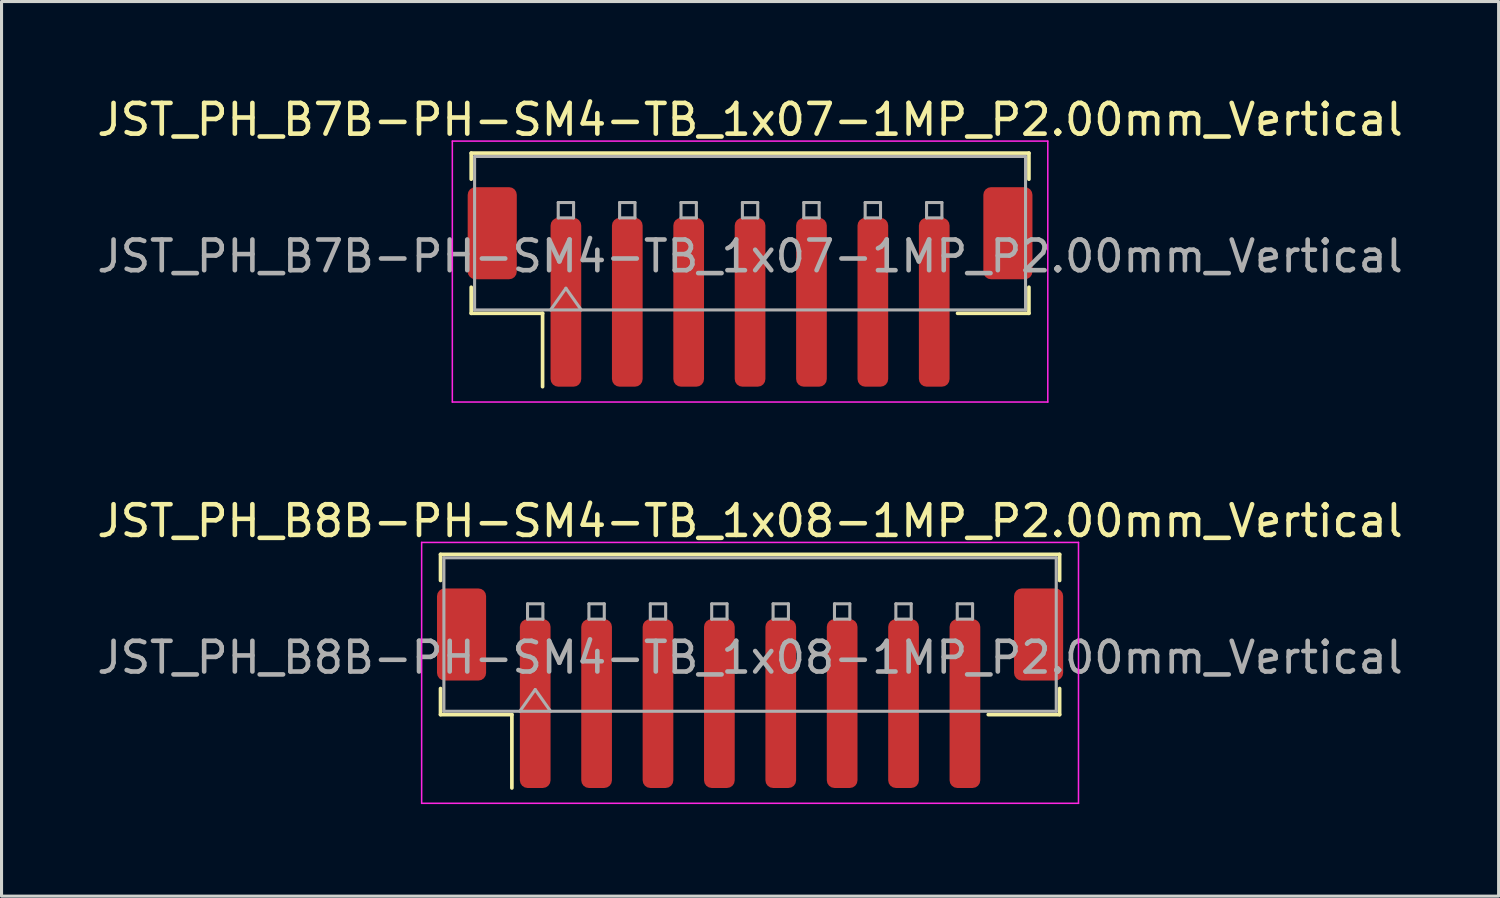
<source format=kicad_pcb>
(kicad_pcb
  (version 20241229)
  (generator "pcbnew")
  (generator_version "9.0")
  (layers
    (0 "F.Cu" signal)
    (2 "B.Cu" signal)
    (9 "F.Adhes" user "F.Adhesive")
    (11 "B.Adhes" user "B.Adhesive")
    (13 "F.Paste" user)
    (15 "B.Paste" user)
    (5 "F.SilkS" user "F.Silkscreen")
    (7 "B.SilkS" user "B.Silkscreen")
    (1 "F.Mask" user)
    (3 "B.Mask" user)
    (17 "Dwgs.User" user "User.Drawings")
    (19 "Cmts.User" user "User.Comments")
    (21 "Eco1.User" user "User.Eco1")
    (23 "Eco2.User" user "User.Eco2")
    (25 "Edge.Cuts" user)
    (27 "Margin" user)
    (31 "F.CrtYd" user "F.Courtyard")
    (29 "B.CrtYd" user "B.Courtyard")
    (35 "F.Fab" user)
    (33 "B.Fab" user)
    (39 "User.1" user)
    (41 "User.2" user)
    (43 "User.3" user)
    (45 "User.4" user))
  (footprint "JST_PH_B8B-PH-SM4-TB_1x08-1MP_P2.00mm_Vertical"
    (layer "F.Cu")
    (at 21.387 19.372)
    (property "Reference" "JST_PH_B8B-PH-SM4-TB_1x08-1MP_P2.00mm_Vertical" (at 0 -5.45 0) (layer "F.SilkS") (effects (font (size 1 1) (thickness 0.15))))
    (attr smd)
    (fp_line (start -10.085 -4.36) (end 10.085 -4.36) (stroke (width 0.12) (type solid)) (layer "F.SilkS"))
    (fp_line (start -10.085 -3.51) (end -10.085 -4.36) (stroke (width 0.12) (type solid)) (layer "F.SilkS"))
    (fp_line (start -10.085 0.01) (end -10.085 0.86) (stroke (width 0.12) (type solid)) (layer "F.SilkS"))
    (fp_line (start -10.085 0.86) (end -7.76 0.86) (stroke (width 0.12) (type solid)) (layer "F.SilkS"))
    (fp_line (start -7.76 0.86) (end -7.76 3.25) (stroke (width 0.12) (type solid)) (layer "F.SilkS"))
    (fp_line (start 10.085 -4.36) (end 10.085 -3.51) (stroke (width 0.12) (type solid)) (layer "F.SilkS"))
    (fp_line (start 10.085 0.01) (end 10.085 0.86) (stroke (width 0.12) (type solid)) (layer "F.SilkS"))
    (fp_line (start 10.085 0.86) (end 7.76 0.86) (stroke (width 0.12) (type solid)) (layer "F.SilkS"))
    (fp_line (start -10.7 -4.75) (end -10.7 3.75) (stroke (width 0.05) (type solid)) (layer "F.CrtYd"))
    (fp_line (start -10.7 3.75) (end 10.7 3.75) (stroke (width 0.05) (type solid)) (layer "F.CrtYd"))
    (fp_line (start 10.7 -4.75) (end -10.7 -4.75) (stroke (width 0.05) (type solid)) (layer "F.CrtYd"))
    (fp_line (start 10.7 3.75) (end 10.7 -4.75) (stroke (width 0.05) (type solid)) (layer "F.CrtYd"))
    (fp_line (start -9.975 -4.25) (end 9.975 -4.25) (stroke (width 0.1) (type solid)) (layer "F.Fab"))
    (fp_line (start -9.975 0.75) (end -9.975 -4.25) (stroke (width 0.1) (type solid)) (layer "F.Fab"))
    (fp_line (start -9.975 0.75) (end 9.975 0.75) (stroke (width 0.1) (type solid)) (layer "F.Fab"))
    (fp_line (start -7.5 0.75) (end -7 0.043) (stroke (width 0.1) (type solid)) (layer "F.Fab"))
    (fp_line (start -7.25 -2.75) (end -7.25 -2.25) (stroke (width 0.1) (type solid)) (layer "F.Fab"))
    (fp_line (start -7.25 -2.25) (end -6.75 -2.25) (stroke (width 0.1) (type solid)) (layer "F.Fab"))
    (fp_line (start -7 0.043) (end -6.5 0.75) (stroke (width 0.1) (type solid)) (layer "F.Fab"))
    (fp_line (start -6.75 -2.75) (end -7.25 -2.75) (stroke (width 0.1) (type solid)) (layer "F.Fab"))
    (fp_line (start -6.75 -2.25) (end -6.75 -2.75) (stroke (width 0.1) (type solid)) (layer "F.Fab"))
    (fp_line (start -5.25 -2.75) (end -5.25 -2.25) (stroke (width 0.1) (type solid)) (layer "F.Fab"))
    (fp_line (start -5.25 -2.25) (end -4.75 -2.25) (stroke (width 0.1) (type solid)) (layer "F.Fab"))
    (fp_line (start -4.75 -2.75) (end -5.25 -2.75) (stroke (width 0.1) (type solid)) (layer "F.Fab"))
    (fp_line (start -4.75 -2.25) (end -4.75 -2.75) (stroke (width 0.1) (type solid)) (layer "F.Fab"))
    (fp_line (start -3.25 -2.75) (end -3.25 -2.25) (stroke (width 0.1) (type solid)) (layer "F.Fab"))
    (fp_line (start -3.25 -2.25) (end -2.75 -2.25) (stroke (width 0.1) (type solid)) (layer "F.Fab"))
    (fp_line (start -2.75 -2.75) (end -3.25 -2.75) (stroke (width 0.1) (type solid)) (layer "F.Fab"))
    (fp_line (start -2.75 -2.25) (end -2.75 -2.75) (stroke (width 0.1) (type solid)) (layer "F.Fab"))
    (fp_line (start -1.25 -2.75) (end -1.25 -2.25) (stroke (width 0.1) (type solid)) (layer "F.Fab"))
    (fp_line (start -1.25 -2.25) (end -0.75 -2.25) (stroke (width 0.1) (type solid)) (layer "F.Fab"))
    (fp_line (start -0.75 -2.75) (end -1.25 -2.75) (stroke (width 0.1) (type solid)) (layer "F.Fab"))
    (fp_line (start -0.75 -2.25) (end -0.75 -2.75) (stroke (width 0.1) (type solid)) (layer "F.Fab"))
    (fp_line (start 0.75 -2.75) (end 0.75 -2.25) (stroke (width 0.1) (type solid)) (layer "F.Fab"))
    (fp_line (start 0.75 -2.25) (end 1.25 -2.25) (stroke (width 0.1) (type solid)) (layer "F.Fab"))
    (fp_line (start 1.25 -2.75) (end 0.75 -2.75) (stroke (width 0.1) (type solid)) (layer "F.Fab"))
    (fp_line (start 1.25 -2.25) (end 1.25 -2.75) (stroke (width 0.1) (type solid)) (layer "F.Fab"))
    (fp_line (start 2.75 -2.75) (end 2.75 -2.25) (stroke (width 0.1) (type solid)) (layer "F.Fab"))
    (fp_line (start 2.75 -2.25) (end 3.25 -2.25) (stroke (width 0.1) (type solid)) (layer "F.Fab"))
    (fp_line (start 3.25 -2.75) (end 2.75 -2.75) (stroke (width 0.1) (type solid)) (layer "F.Fab"))
    (fp_line (start 3.25 -2.25) (end 3.25 -2.75) (stroke (width 0.1) (type solid)) (layer "F.Fab"))
    (fp_line (start 4.75 -2.75) (end 4.75 -2.25) (stroke (width 0.1) (type solid)) (layer "F.Fab"))
    (fp_line (start 4.75 -2.25) (end 5.25 -2.25) (stroke (width 0.1) (type solid)) (layer "F.Fab"))
    (fp_line (start 5.25 -2.75) (end 4.75 -2.75) (stroke (width 0.1) (type solid)) (layer "F.Fab"))
    (fp_line (start 5.25 -2.25) (end 5.25 -2.75) (stroke (width 0.1) (type solid)) (layer "F.Fab"))
    (fp_line (start 6.75 -2.75) (end 6.75 -2.25) (stroke (width 0.1) (type solid)) (layer "F.Fab"))
    (fp_line (start 6.75 -2.25) (end 7.25 -2.25) (stroke (width 0.1) (type solid)) (layer "F.Fab"))
    (fp_line (start 7.25 -2.75) (end 6.75 -2.75) (stroke (width 0.1) (type solid)) (layer "F.Fab"))
    (fp_line (start 7.25 -2.25) (end 7.25 -2.75) (stroke (width 0.1) (type solid)) (layer "F.Fab"))
    (fp_line (start 9.975 0.75) (end 9.975 -4.25) (stroke (width 0.1) (type solid)) (layer "F.Fab"))
    (fp_text user "${REFERENCE}" (at 0 -1 0) (layer "F.Fab") (effects (font (size 1 1) (thickness 0.15))))
    (pad "1" smd roundrect (at -7 0.5) (size 1 5.5) (layers "F.Cu" "F.Mask" "F.Paste") (roundrect_rratio 0.25))
    (pad "2" smd roundrect (at -5 0.5) (size 1 5.5) (layers "F.Cu" "F.Mask" "F.Paste") (roundrect_rratio 0.25))
    (pad "3" smd roundrect (at -3 0.5) (size 1 5.5) (layers "F.Cu" "F.Mask" "F.Paste") (roundrect_rratio 0.25))
    (pad "4" smd roundrect (at -1 0.5) (size 1 5.5) (layers "F.Cu" "F.Mask" "F.Paste") (roundrect_rratio 0.25))
    (pad "5" smd roundrect (at 1 0.5) (size 1 5.5) (layers "F.Cu" "F.Mask" "F.Paste") (roundrect_rratio 0.25))
    (pad "6" smd roundrect (at 3 0.5) (size 1 5.5) (layers "F.Cu" "F.Mask" "F.Paste") (roundrect_rratio 0.25))
    (pad "7" smd roundrect (at 5 0.5) (size 1 5.5) (layers "F.Cu" "F.Mask" "F.Paste") (roundrect_rratio 0.25))
    (pad "8" smd roundrect (at 7 0.5) (size 1 5.5) (layers "F.Cu" "F.Mask" "F.Paste") (roundrect_rratio 0.25))
    (pad "MP" smd roundrect (at -9.4 -1.75) (size 1.6 3) (layers "F.Cu" "F.Mask" "F.Paste") (roundrect_rratio 0.156))
    (pad "MP" smd roundrect (at 9.4 -1.75) (size 1.6 3) (layers "F.Cu" "F.Mask" "F.Paste") (roundrect_rratio 0.156)))
  (footprint "JST_PH_B7B-PH-SM4-TB_1x07-1MP_P2.00mm_Vertical"
    (layer "F.Cu")
    (at 21.387 6.298)
    (property "Reference" "JST_PH_B7B-PH-SM4-TB_1x07-1MP_P2.00mm_Vertical" (at 0 -5.45 0) (layer "F.SilkS") (effects (font (size 1 1) (thickness 0.15))))
    (attr smd)
    (fp_line (start -9.085 -4.36) (end 9.085 -4.36) (stroke (width 0.12) (type solid)) (layer "F.SilkS"))
    (fp_line (start -9.085 -3.51) (end -9.085 -4.36) (stroke (width 0.12) (type solid)) (layer "F.SilkS"))
    (fp_line (start -9.085 0.01) (end -9.085 0.86) (stroke (width 0.12) (type solid)) (layer "F.SilkS"))
    (fp_line (start -9.085 0.86) (end -6.76 0.86) (stroke (width 0.12) (type solid)) (layer "F.SilkS"))
    (fp_line (start -6.76 0.86) (end -6.76 3.25) (stroke (width 0.12) (type solid)) (layer "F.SilkS"))
    (fp_line (start 9.085 -4.36) (end 9.085 -3.51) (stroke (width 0.12) (type solid)) (layer "F.SilkS"))
    (fp_line (start 9.085 0.01) (end 9.085 0.86) (stroke (width 0.12) (type solid)) (layer "F.SilkS"))
    (fp_line (start 9.085 0.86) (end 6.76 0.86) (stroke (width 0.12) (type solid)) (layer "F.SilkS"))
    (fp_line (start -9.7 -4.75) (end -9.7 3.75) (stroke (width 0.05) (type solid)) (layer "F.CrtYd"))
    (fp_line (start -9.7 3.75) (end 9.7 3.75) (stroke (width 0.05) (type solid)) (layer "F.CrtYd"))
    (fp_line (start 9.7 -4.75) (end -9.7 -4.75) (stroke (width 0.05) (type solid)) (layer "F.CrtYd"))
    (fp_line (start 9.7 3.75) (end 9.7 -4.75) (stroke (width 0.05) (type solid)) (layer "F.CrtYd"))
    (fp_line (start -8.975 -4.25) (end 8.975 -4.25) (stroke (width 0.1) (type solid)) (layer "F.Fab"))
    (fp_line (start -8.975 0.75) (end -8.975 -4.25) (stroke (width 0.1) (type solid)) (layer "F.Fab"))
    (fp_line (start -8.975 0.75) (end 8.975 0.75) (stroke (width 0.1) (type solid)) (layer "F.Fab"))
    (fp_line (start -6.5 0.75) (end -6 0.043) (stroke (width 0.1) (type solid)) (layer "F.Fab"))
    (fp_line (start -6.25 -2.75) (end -6.25 -2.25) (stroke (width 0.1) (type solid)) (layer "F.Fab"))
    (fp_line (start -6.25 -2.25) (end -5.75 -2.25) (stroke (width 0.1) (type solid)) (layer "F.Fab"))
    (fp_line (start -6 0.043) (end -5.5 0.75) (stroke (width 0.1) (type solid)) (layer "F.Fab"))
    (fp_line (start -5.75 -2.75) (end -6.25 -2.75) (stroke (width 0.1) (type solid)) (layer "F.Fab"))
    (fp_line (start -5.75 -2.25) (end -5.75 -2.75) (stroke (width 0.1) (type solid)) (layer "F.Fab"))
    (fp_line (start -4.25 -2.75) (end -4.25 -2.25) (stroke (width 0.1) (type solid)) (layer "F.Fab"))
    (fp_line (start -4.25 -2.25) (end -3.75 -2.25) (stroke (width 0.1) (type solid)) (layer "F.Fab"))
    (fp_line (start -3.75 -2.75) (end -4.25 -2.75) (stroke (width 0.1) (type solid)) (layer "F.Fab"))
    (fp_line (start -3.75 -2.25) (end -3.75 -2.75) (stroke (width 0.1) (type solid)) (layer "F.Fab"))
    (fp_line (start -2.25 -2.75) (end -2.25 -2.25) (stroke (width 0.1) (type solid)) (layer "F.Fab"))
    (fp_line (start -2.25 -2.25) (end -1.75 -2.25) (stroke (width 0.1) (type solid)) (layer "F.Fab"))
    (fp_line (start -1.75 -2.75) (end -2.25 -2.75) (stroke (width 0.1) (type solid)) (layer "F.Fab"))
    (fp_line (start -1.75 -2.25) (end -1.75 -2.75) (stroke (width 0.1) (type solid)) (layer "F.Fab"))
    (fp_line (start -0.25 -2.75) (end -0.25 -2.25) (stroke (width 0.1) (type solid)) (layer "F.Fab"))
    (fp_line (start -0.25 -2.25) (end 0.25 -2.25) (stroke (width 0.1) (type solid)) (layer "F.Fab"))
    (fp_line (start 0.25 -2.75) (end -0.25 -2.75) (stroke (width 0.1) (type solid)) (layer "F.Fab"))
    (fp_line (start 0.25 -2.25) (end 0.25 -2.75) (stroke (width 0.1) (type solid)) (layer "F.Fab"))
    (fp_line (start 1.75 -2.75) (end 1.75 -2.25) (stroke (width 0.1) (type solid)) (layer "F.Fab"))
    (fp_line (start 1.75 -2.25) (end 2.25 -2.25) (stroke (width 0.1) (type solid)) (layer "F.Fab"))
    (fp_line (start 2.25 -2.75) (end 1.75 -2.75) (stroke (width 0.1) (type solid)) (layer "F.Fab"))
    (fp_line (start 2.25 -2.25) (end 2.25 -2.75) (stroke (width 0.1) (type solid)) (layer "F.Fab"))
    (fp_line (start 3.75 -2.75) (end 3.75 -2.25) (stroke (width 0.1) (type solid)) (layer "F.Fab"))
    (fp_line (start 3.75 -2.25) (end 4.25 -2.25) (stroke (width 0.1) (type solid)) (layer "F.Fab"))
    (fp_line (start 4.25 -2.75) (end 3.75 -2.75) (stroke (width 0.1) (type solid)) (layer "F.Fab"))
    (fp_line (start 4.25 -2.25) (end 4.25 -2.75) (stroke (width 0.1) (type solid)) (layer "F.Fab"))
    (fp_line (start 5.75 -2.75) (end 5.75 -2.25) (stroke (width 0.1) (type solid)) (layer "F.Fab"))
    (fp_line (start 5.75 -2.25) (end 6.25 -2.25) (stroke (width 0.1) (type solid)) (layer "F.Fab"))
    (fp_line (start 6.25 -2.75) (end 5.75 -2.75) (stroke (width 0.1) (type solid)) (layer "F.Fab"))
    (fp_line (start 6.25 -2.25) (end 6.25 -2.75) (stroke (width 0.1) (type solid)) (layer "F.Fab"))
    (fp_line (start 8.975 0.75) (end 8.975 -4.25) (stroke (width 0.1) (type solid)) (layer "F.Fab"))
    (fp_text user "${REFERENCE}" (at 0 -1 0) (layer "F.Fab") (effects (font (size 1 1) (thickness 0.15))))
    (pad "1" smd roundrect (at -6 0.5) (size 1 5.5) (layers "F.Cu" "F.Mask" "F.Paste") (roundrect_rratio 0.25))
    (pad "2" smd roundrect (at -4 0.5) (size 1 5.5) (layers "F.Cu" "F.Mask" "F.Paste") (roundrect_rratio 0.25))
    (pad "3" smd roundrect (at -2 0.5) (size 1 5.5) (layers "F.Cu" "F.Mask" "F.Paste") (roundrect_rratio 0.25))
    (pad "4" smd roundrect (at 0 0.5) (size 1 5.5) (layers "F.Cu" "F.Mask" "F.Paste") (roundrect_rratio 0.25))
    (pad "5" smd roundrect (at 2 0.5) (size 1 5.5) (layers "F.Cu" "F.Mask" "F.Paste") (roundrect_rratio 0.25))
    (pad "6" smd roundrect (at 4 0.5) (size 1 5.5) (layers "F.Cu" "F.Mask" "F.Paste") (roundrect_rratio 0.25))
    (pad "7" smd roundrect (at 6 0.5) (size 1 5.5) (layers "F.Cu" "F.Mask" "F.Paste") (roundrect_rratio 0.25))
    (pad "MP" smd roundrect (at -8.4 -1.75) (size 1.6 3) (layers "F.Cu" "F.Mask" "F.Paste") (roundrect_rratio 0.156))
    (pad "MP" smd roundrect (at 8.4 -1.75) (size 1.6 3) (layers "F.Cu" "F.Mask" "F.Paste") (roundrect_rratio 0.156)))
  (gr_rect
    (start -3 -3)
    (end 45.774 26.146)
    (stroke (width 0.1) (type default))
    (fill no)
    (layer "Edge.Cuts")))
</source>
